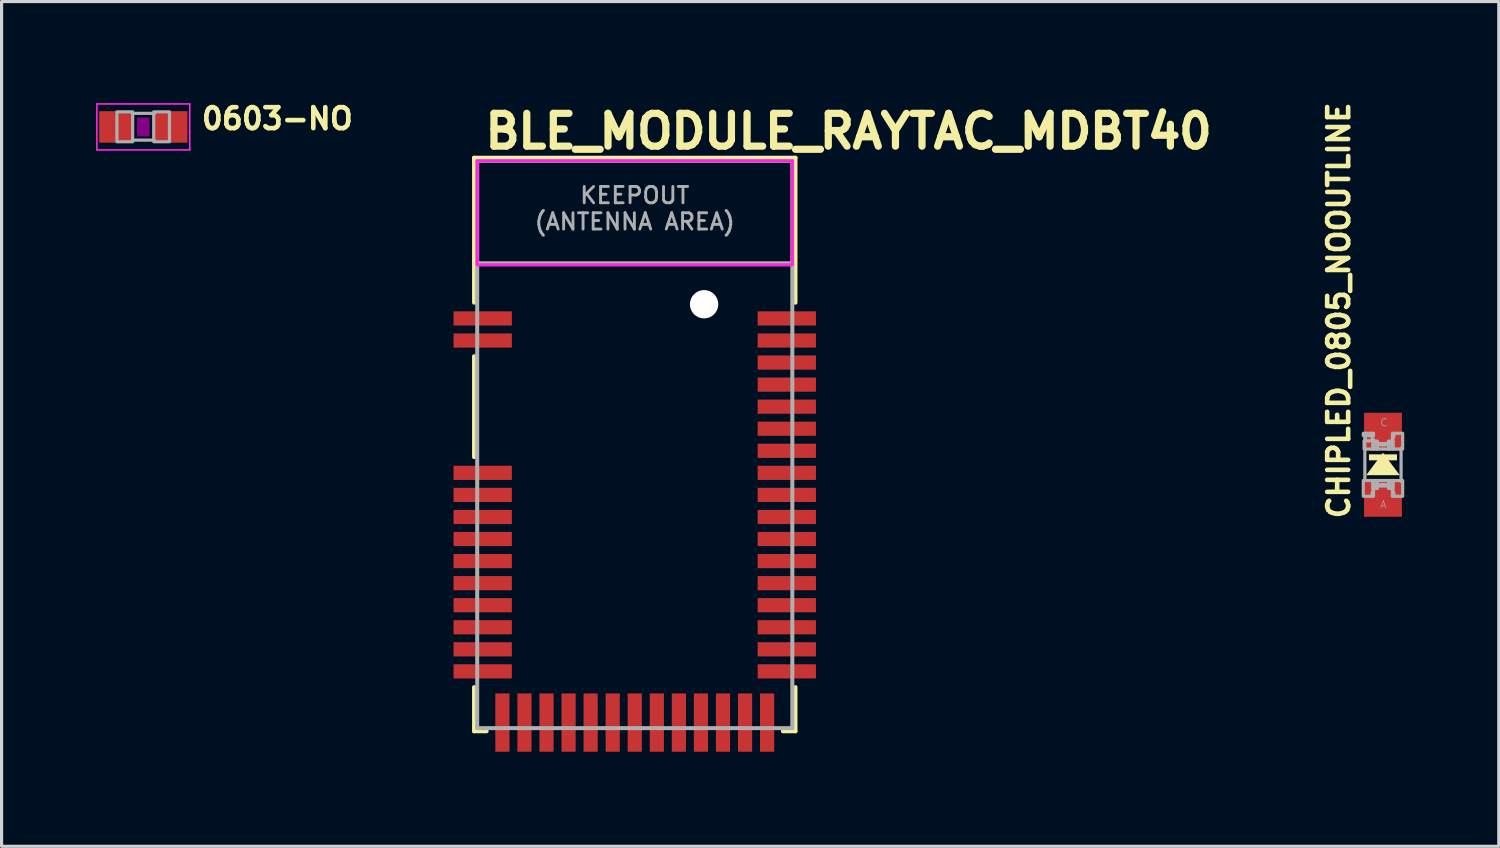
<source format=kicad_pcb>
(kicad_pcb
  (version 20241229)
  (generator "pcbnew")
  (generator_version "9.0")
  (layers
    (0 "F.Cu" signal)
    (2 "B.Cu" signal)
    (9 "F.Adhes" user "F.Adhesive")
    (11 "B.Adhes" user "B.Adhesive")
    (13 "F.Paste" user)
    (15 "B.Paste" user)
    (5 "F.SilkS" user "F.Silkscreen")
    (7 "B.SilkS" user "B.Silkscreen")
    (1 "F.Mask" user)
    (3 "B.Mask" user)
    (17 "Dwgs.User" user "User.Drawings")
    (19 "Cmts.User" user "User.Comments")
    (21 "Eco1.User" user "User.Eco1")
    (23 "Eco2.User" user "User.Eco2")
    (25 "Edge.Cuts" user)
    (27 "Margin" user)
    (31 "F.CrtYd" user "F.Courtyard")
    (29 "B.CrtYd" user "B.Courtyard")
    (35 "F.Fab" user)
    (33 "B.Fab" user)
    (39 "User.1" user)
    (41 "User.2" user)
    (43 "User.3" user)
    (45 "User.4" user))
  (footprint "CHIPLED_0805_NOOUTLINE"
    (layer "F.Cu")
    (at 40.836 11.699)
    (property "Reference" "CHIPLED_0805_NOOUTLINE" (at -1.016 1.778 90) (layer "F.SilkS") (effects (font (size 0.666 0.666) (thickness 0.146)) (justify left bottom)))
    (fp_poly (pts (xy 0.533 0.33) (xy -0.533 0.33) (xy 0 -0.381)) (stroke (width 0) (type solid)) (fill yes) (layer "F.SilkS"))
    (fp_poly (pts (xy -0.445 -0.141) (xy 0.445 -0.141) (xy 0.445 -0.331) (xy -0.445 -0.331)) (stroke (width 0) (type solid)) (fill yes) (layer "F.SilkS"))
    (fp_line (start -0.575 0.5) (end -0.575 -0.925) (stroke (width 0.102) (type solid)) (layer "F.Fab"))
    (fp_line (start 0.575 -0.525) (end 0.575 0.525) (stroke (width 0.102) (type solid)) (layer "F.Fab"))
    (fp_arc (start -0.35 0.925) (mid -0.000001 0.625027) (end 0.35 0.924998) (stroke (width 0.1016) (type solid)) (layer "F.Fab"))
    (fp_arc (start 0.35 -0.924998) (mid -0.000001 -0.625027) (end -0.35 -0.925) (stroke (width 0.1016) (type solid)) (layer "F.Fab"))
    (fp_circle (center -0.45 -0.85) (end -0.347 -0.85) (stroke (width 0.076) (type solid)) (fill no) (layer "F.Fab"))
    (fp_poly (pts (xy -0.625 -0.925) (xy -0.3 -0.925) (xy -0.3 -1) (xy -0.625 -1)) (stroke (width 0.1) (type solid)) (fill no) (layer "F.Fab"))
    (fp_poly (pts (xy -0.625 1) (xy -0.3 1) (xy -0.3 0.5) (xy -0.625 0.5)) (stroke (width 0.1) (type solid)) (fill no) (layer "F.Fab"))
    (fp_poly (pts (xy -0.6 -0.5) (xy -0.3 -0.5) (xy -0.3 -0.762) (xy -0.6 -0.762)) (stroke (width 0.1) (type solid)) (fill no) (layer "F.Fab"))
    (fp_poly (pts (xy -0.325 -0.5) (xy -0.175 -0.5) (xy -0.175 -0.75) (xy -0.325 -0.75)) (stroke (width 0.1) (type solid)) (fill no) (layer "F.Fab"))
    (fp_poly (pts (xy -0.325 0.75) (xy -0.175 0.75) (xy -0.175 0.5) (xy -0.325 0.5)) (stroke (width 0.1) (type solid)) (fill no) (layer "F.Fab"))
    (fp_poly (pts (xy -0.2 -0.5) (xy 0.2 -0.5) (xy 0.2 -0.675) (xy -0.2 -0.675)) (stroke (width 0.1) (type solid)) (fill no) (layer "F.Fab"))
    (fp_poly (pts (xy -0.2 0.675) (xy 0.2 0.675) (xy 0.2 0.5) (xy -0.2 0.5)) (stroke (width 0.1) (type solid)) (fill no) (layer "F.Fab"))
    (fp_poly (pts (xy 0.175 -0.5) (xy 0.325 -0.5) (xy 0.325 -0.75) (xy 0.175 -0.75)) (stroke (width 0.1) (type solid)) (fill no) (layer "F.Fab"))
    (fp_poly (pts (xy 0.175 0.75) (xy 0.325 0.75) (xy 0.325 0.5) (xy 0.175 0.5)) (stroke (width 0.1) (type solid)) (fill no) (layer "F.Fab"))
    (fp_poly (pts (xy 0.3 -0.5) (xy 0.625 -0.5) (xy 0.625 -1) (xy 0.3 -1)) (stroke (width 0.1) (type solid)) (fill no) (layer "F.Fab"))
    (fp_poly (pts (xy 0.3 1) (xy 0.625 1) (xy 0.625 0.5) (xy 0.3 0.5)) (stroke (width 0.1) (type solid)) (fill no) (layer "F.Fab"))
    (fp_text user "A" (at -0.1 1.4 0) (layer "F.Fab") (effects (font (size 0.234 0.234) (thickness 0.02)) (justify left bottom)))
    (fp_text user "C" (at -0.1 -1.2 0) (layer "F.Fab") (effects (font (size 0.234 0.234) (thickness 0.02)) (justify left bottom)))
    (pad "A" smd rect (at 0 1.05) (size 1.2 1.2) (layers "F.Cu" "F.Mask" "F.Paste"))
    (pad "C" smd rect (at 0 -1.05) (size 1.2 1.2) (layers "F.Cu" "F.Mask" "F.Paste")))
  (footprint "BLE_MODULE_RAYTAC_MDBT40"
    (layer "F.Cu")
    (at 17.093 11.055)
    (property "Reference" "BLE_MODULE_RAYTAC_MDBT40" (at -4.866 -9.328 0) (layer "F.SilkS") (effects (font (size 1.041 1.041) (thickness 0.229)) (justify left bottom)))
    (fp_line (start -5.1 -9.1) (end 5.1 -9.1) (stroke (width 0.127) (type solid)) (layer "F.SilkS"))
    (fp_line (start -5.1 -4.5) (end -5.1 -9.1) (stroke (width 0.127) (type solid)) (layer "F.SilkS"))
    (fp_line (start -5.1 -2.8) (end -5.1 0.4) (stroke (width 0.127) (type solid)) (layer "F.SilkS"))
    (fp_line (start -5.1 7.7) (end -5.1 9.1) (stroke (width 0.127) (type solid)) (layer "F.SilkS"))
    (fp_line (start -5.1 9.1) (end -4.7 9.1) (stroke (width 0.127) (type solid)) (layer "F.SilkS"))
    (fp_line (start 4.7 9.1) (end 5.1 9.1) (stroke (width 0.127) (type solid)) (layer "F.SilkS"))
    (fp_line (start 5.1 -9.1) (end 5.1 -4.5) (stroke (width 0.127) (type solid)) (layer "F.SilkS"))
    (fp_line (start 5.1 9.1) (end 5.1 7.7) (stroke (width 0.127) (type solid)) (layer "F.SilkS"))
    (fp_poly (pts (xy -5 -5.7) (xy 5 -5.7) (xy 5 -9) (xy -5 -9)) (stroke (width 0.1) (type solid)) (fill no) (layer "F.CrtYd"))
    (fp_line (start -5 -9) (end 5 -9) (stroke (width 0.127) (type solid)) (layer "F.Fab"))
    (fp_line (start -5 -5.75) (end -5 -9) (stroke (width 0.127) (type solid)) (layer "F.Fab"))
    (fp_line (start -5 -5.75) (end 5 -5.75) (stroke (width 0.127) (type solid)) (layer "F.Fab"))
    (fp_line (start -5 9) (end -5 -5.75) (stroke (width 0.127) (type solid)) (layer "F.Fab"))
    (fp_line (start 5 -9) (end 5 -5.75) (stroke (width 0.127) (type solid)) (layer "F.Fab"))
    (fp_line (start 5 -5.75) (end 5 9) (stroke (width 0.127) (type solid)) (layer "F.Fab"))
    (fp_line (start 5 9) (end -5 9) (stroke (width 0.127) (type solid)) (layer "F.Fab"))
    (fp_text user "KEEPOUT\n(ANTENNA AREA)" (at 0 -7.488 0) (layer "F.Fab") (effects (font (size 0.518 0.518) (thickness 0.091))))
    (pad "" np_thru_hole circle (at 2.2 -4.45) (size 0.9 0.9) (drill 0.9) (layers "*.Cu" "*.Mask"))
    (pad "1" smd rect (at -4.825 -4) (size 1.85 0.45) (layers "F.Cu" "F.Mask" "F.Paste"))
    (pad "2" smd rect (at -4.825 -3.3) (size 1.85 0.45) (layers "F.Cu" "F.Mask" "F.Paste"))
    (pad "3" smd rect (at -4.825 0.9) (size 1.85 0.45) (layers "F.Cu" "F.Mask" "F.Paste"))
    (pad "4" smd rect (at -4.825 1.6) (size 1.85 0.45) (layers "F.Cu" "F.Mask" "F.Paste"))
    (pad "5" smd rect (at -4.825 2.3) (size 1.85 0.45) (layers "F.Cu" "F.Mask" "F.Paste"))
    (pad "6" smd rect (at -4.825 3) (size 1.85 0.45) (layers "F.Cu" "F.Mask" "F.Paste"))
    (pad "7" smd rect (at -4.825 3.7) (size 1.85 0.45) (layers "F.Cu" "F.Mask" "F.Paste"))
    (pad "8" smd rect (at -4.825 4.4) (size 1.85 0.45) (layers "F.Cu" "F.Mask" "F.Paste"))
    (pad "9" smd rect (at -4.825 5.1) (size 1.85 0.45) (layers "F.Cu" "F.Mask" "F.Paste"))
    (pad "10" smd rect (at -4.825 5.8) (size 1.85 0.45) (layers "F.Cu" "F.Mask" "F.Paste"))
    (pad "11" smd rect (at -4.825 6.5) (size 1.85 0.45) (layers "F.Cu" "F.Mask" "F.Paste"))
    (pad "12" smd rect (at -4.825 7.2) (size 1.85 0.45) (layers "F.Cu" "F.Mask" "F.Paste"))
    (pad "13" smd rect (at -4.2 8.825 90) (size 1.85 0.45) (layers "F.Cu" "F.Mask" "F.Paste"))
    (pad "14" smd rect (at -3.5 8.825 90) (size 1.85 0.45) (layers "F.Cu" "F.Mask" "F.Paste"))
    (pad "15" smd rect (at -2.8 8.825 90) (size 1.85 0.45) (layers "F.Cu" "F.Mask" "F.Paste"))
    (pad "16" smd rect (at -2.1 8.825 90) (size 1.85 0.45) (layers "F.Cu" "F.Mask" "F.Paste"))
    (pad "17" smd rect (at -1.4 8.825 90) (size 1.85 0.45) (layers "F.Cu" "F.Mask" "F.Paste"))
    (pad "18" smd rect (at -0.7 8.825 90) (size 1.85 0.45) (layers "F.Cu" "F.Mask" "F.Paste"))
    (pad "19" smd rect (at 0 8.825 90) (size 1.85 0.45) (layers "F.Cu" "F.Mask" "F.Paste"))
    (pad "20" smd rect (at 0.7 8.825 90) (size 1.85 0.45) (layers "F.Cu" "F.Mask" "F.Paste"))
    (pad "21" smd rect (at 1.4 8.825 90) (size 1.85 0.45) (layers "F.Cu" "F.Mask" "F.Paste"))
    (pad "22" smd rect (at 2.1 8.825 90) (size 1.85 0.45) (layers "F.Cu" "F.Mask" "F.Paste"))
    (pad "23" smd rect (at 2.8 8.825 90) (size 1.85 0.45) (layers "F.Cu" "F.Mask" "F.Paste"))
    (pad "24" smd rect (at 3.5 8.825 90) (size 1.85 0.45) (layers "F.Cu" "F.Mask" "F.Paste"))
    (pad "25" smd rect (at 4.2 8.825 90) (size 1.85 0.45) (layers "F.Cu" "F.Mask" "F.Paste"))
    (pad "26" smd rect (at 4.825 7.2) (size 1.85 0.45) (layers "F.Cu" "F.Mask" "F.Paste"))
    (pad "27" smd rect (at 4.825 6.5) (size 1.85 0.45) (layers "F.Cu" "F.Mask" "F.Paste"))
    (pad "28" smd rect (at 4.825 5.8) (size 1.85 0.45) (layers "F.Cu" "F.Mask" "F.Paste"))
    (pad "29" smd rect (at 4.825 5.1) (size 1.85 0.45) (layers "F.Cu" "F.Mask" "F.Paste"))
    (pad "30" smd rect (at 4.825 4.4) (size 1.85 0.45) (layers "F.Cu" "F.Mask" "F.Paste"))
    (pad "31" smd rect (at 4.825 3.7) (size 1.85 0.45) (layers "F.Cu" "F.Mask" "F.Paste"))
    (pad "32" smd rect (at 4.825 3) (size 1.85 0.45) (layers "F.Cu" "F.Mask" "F.Paste"))
    (pad "33" smd rect (at 4.825 2.3) (size 1.85 0.45) (layers "F.Cu" "F.Mask" "F.Paste"))
    (pad "34" smd rect (at 4.825 1.6) (size 1.85 0.45) (layers "F.Cu" "F.Mask" "F.Paste"))
    (pad "35" smd rect (at 4.825 0.9) (size 1.85 0.45) (layers "F.Cu" "F.Mask" "F.Paste"))
    (pad "36" smd rect (at 4.825 0.2) (size 1.85 0.45) (layers "F.Cu" "F.Mask" "F.Paste"))
    (pad "37" smd rect (at 4.825 -0.5) (size 1.85 0.45) (layers "F.Cu" "F.Mask" "F.Paste"))
    (pad "38" smd rect (at 4.825 -1.2) (size 1.85 0.45) (layers "F.Cu" "F.Mask" "F.Paste"))
    (pad "39" smd rect (at 4.825 -1.9) (size 1.85 0.45) (layers "F.Cu" "F.Mask" "F.Paste"))
    (pad "40" smd rect (at 4.825 -2.6) (size 1.85 0.45) (layers "F.Cu" "F.Mask" "F.Paste"))
    (pad "41" smd rect (at 4.825 -3.3) (size 1.85 0.45) (layers "F.Cu" "F.Mask" "F.Paste"))
    (pad "42" smd rect (at 4.825 -4) (size 1.85 0.45) (layers "F.Cu" "F.Mask" "F.Paste")))
  (footprint "0603-NO"
    (layer "F.Cu")
    (at 1.498 0.978)
    (property "Reference" "0603-NO" (at 1.778 0.127 0) (layer "F.SilkS") (effects (font (size 0.666 0.666) (thickness 0.146)) (justify left bottom)))
    (fp_poly (pts (xy -0.2 0.3) (xy 0.2 0.3) (xy 0.2 -0.3) (xy -0.2 -0.3)) (stroke (width 0) (type solid)) (fill yes) (layer "F.Adhes"))
    (fp_line (start -1.473 -0.729) (end 1.473 -0.729) (stroke (width 0.051) (type solid)) (layer "F.CrtYd"))
    (fp_line (start -1.473 0.729) (end -1.473 -0.729) (stroke (width 0.051) (type solid)) (layer "F.CrtYd"))
    (fp_line (start 1.473 -0.729) (end 1.473 0.729) (stroke (width 0.051) (type solid)) (layer "F.CrtYd"))
    (fp_line (start 1.473 0.729) (end -1.473 0.729) (stroke (width 0.051) (type solid)) (layer "F.CrtYd"))
    (fp_line (start -0.356 -0.432) (end 0.356 -0.432) (stroke (width 0.102) (type solid)) (layer "F.Fab"))
    (fp_line (start -0.356 0.419) (end 0.356 0.419) (stroke (width 0.102) (type solid)) (layer "F.Fab"))
    (fp_poly (pts (xy -0.838 0.47) (xy -0.338 0.47) (xy -0.338 -0.48) (xy -0.838 -0.48)) (stroke (width 0.1) (type solid)) (fill no) (layer "F.Fab"))
    (fp_poly (pts (xy 0.33 0.47) (xy 0.83 0.47) (xy 0.83 -0.48) (xy 0.33 -0.48)) (stroke (width 0.1) (type solid)) (fill no) (layer "F.Fab"))
    (pad "1" smd rect (at -0.85 0) (size 1.1 1) (layers "F.Cu" "F.Mask" "F.Paste"))
    (pad "2" smd rect (at 0.85 0) (size 1.1 1) (layers "F.Cu" "F.Mask" "F.Paste")))
  (gr_rect
    (start -3 -3)
    (end 44.511 23.805)
    (stroke (width 0.1) (type default))
    (fill no)
    (layer "Edge.Cuts")))
</source>
